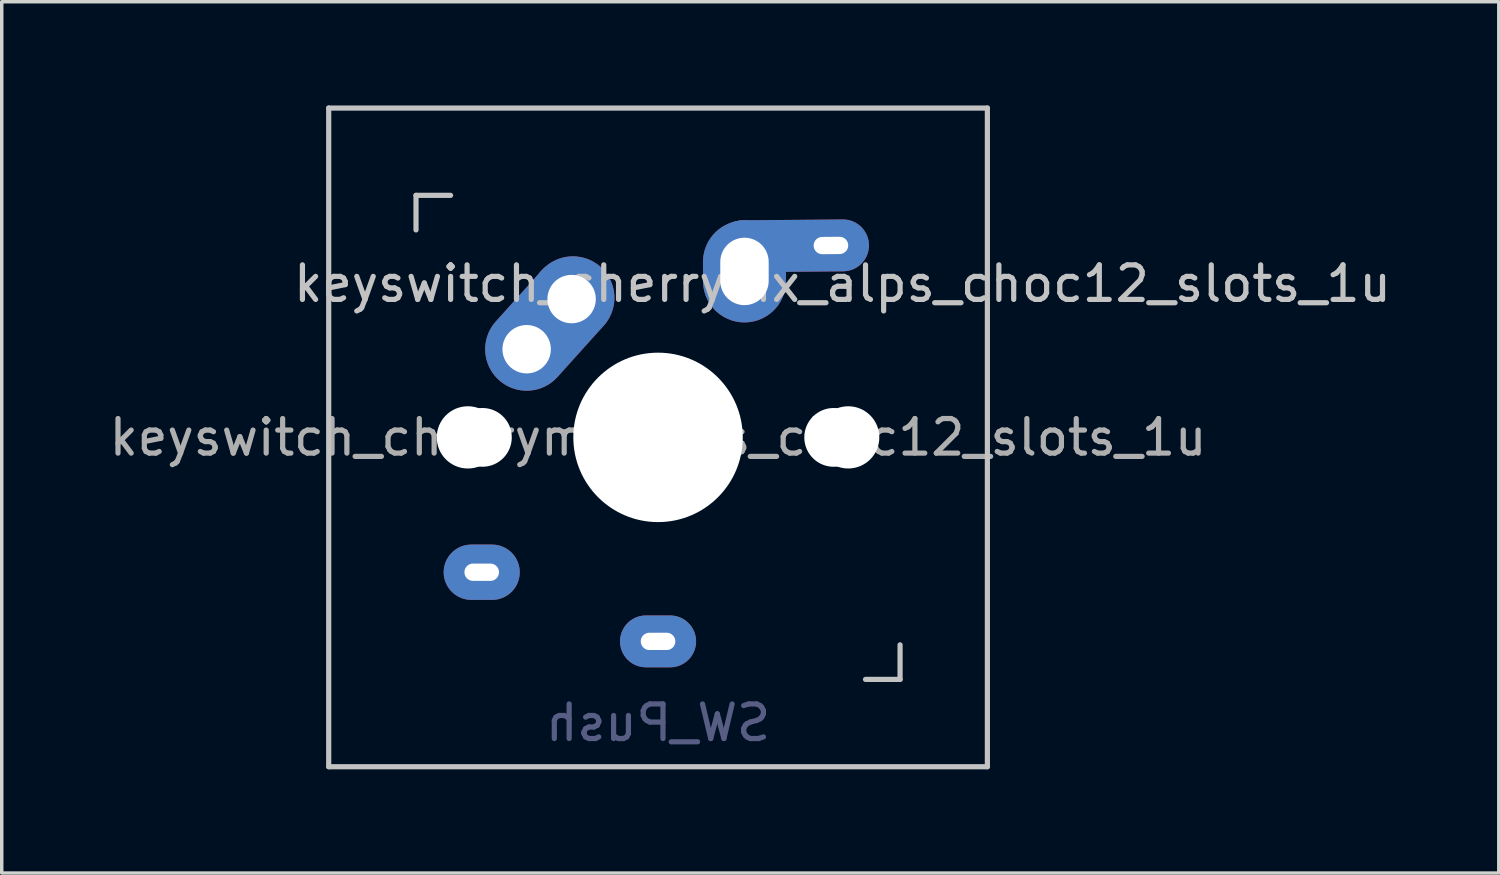
<source format=kicad_pcb>
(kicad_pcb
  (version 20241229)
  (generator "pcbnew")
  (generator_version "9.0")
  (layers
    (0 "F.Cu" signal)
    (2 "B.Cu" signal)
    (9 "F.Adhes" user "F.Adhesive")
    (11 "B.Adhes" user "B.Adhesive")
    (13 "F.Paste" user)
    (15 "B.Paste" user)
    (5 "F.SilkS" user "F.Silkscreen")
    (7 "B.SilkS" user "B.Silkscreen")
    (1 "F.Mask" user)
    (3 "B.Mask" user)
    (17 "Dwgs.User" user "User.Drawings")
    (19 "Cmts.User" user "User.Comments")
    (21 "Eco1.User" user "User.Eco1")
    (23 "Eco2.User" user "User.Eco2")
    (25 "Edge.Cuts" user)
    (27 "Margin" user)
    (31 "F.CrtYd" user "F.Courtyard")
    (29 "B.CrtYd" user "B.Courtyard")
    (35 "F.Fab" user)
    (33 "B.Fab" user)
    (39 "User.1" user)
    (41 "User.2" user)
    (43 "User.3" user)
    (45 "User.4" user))
  (footprint "keyswitch_cherrymx_alps_choc12_slots_1u"
    (layer "F.Cu")
    (at 15.982 9.6)
    (property "Reference" "keyswitch_cherrymx_alps_choc12_slots_1u" (at 5.334 -4.445 180) (layer "Dwgs.User") (effects (font (size 1 1) (thickness 0.15))))
    (property "Value" "SW_Push" (at -0.07 8.17 180) (layer "Dwgs.User") (hide yes) (effects (font (size 1 1) (thickness 0.15))))
    (attr through_hole)
    (fp_line (start -9.525 -9.525) (end 9.525 -9.525) (stroke (width 0.15) (type solid)) (layer "Dwgs.User"))
    (fp_line (start -9.525 9.525) (end -9.525 -9.525) (stroke (width 0.15) (type solid)) (layer "Dwgs.User"))
    (fp_line (start -7 -7) (end -6 -7) (stroke (width 0.15) (type solid)) (layer "Dwgs.User"))
    (fp_line (start -7 -6) (end -7 -7) (stroke (width 0.15) (type solid)) (layer "Dwgs.User"))
    (fp_line (start 6 7) (end 7 7) (stroke (width 0.15) (type solid)) (layer "Dwgs.User"))
    (fp_line (start 7 7) (end 7 6) (stroke (width 0.15) (type solid)) (layer "Dwgs.User"))
    (fp_line (start 9.525 -9.525) (end 9.525 9.525) (stroke (width 0.15) (type solid)) (layer "Dwgs.User"))
    (fp_line (start 9.525 9.525) (end -9.525 9.525) (stroke (width 0.15) (type solid)) (layer "Dwgs.User"))
    (fp_text user "${VALUE}" (at 0 8.255 0) (layer "B.Fab") (effects (font (size 1 1) (thickness 0.15)) (justify mirror)))
    (fp_text user "${REFERENCE}" (at 0 0 180) (layer "F.Fab") (effects (font (size 1 1) (thickness 0.15))))
    (pad "" np_thru_hole circle (at -5.5 0 90) (size 1.8 1.8) (drill 1.8) (layers "*.Cu"))
    (pad "" np_thru_hole circle (at -5.08 0) (size 1.7 1.7) (drill 1.7) (layers "*.Cu"))
    (pad "" np_thru_hole circle (at 0 0 90) (size 4.9 4.9) (drill 4.9) (layers "*.Cu"))
    (pad "" np_thru_hole circle (at 5.08 0) (size 1.7 1.7) (drill 1.7) (layers "*.Cu"))
    (pad "" np_thru_hole circle (at 5.5 0 90) (size 1.8 1.8) (drill 1.8) (layers "*.Cu"))
    (pad "1" thru_hole oval (at -5.1 3.9) (size 2.2 1.6) (drill oval 1 0.5) (layers "*.Cu" "B.Mask"))
    (pad "1" thru_hole oval (at -3.8 -2.55 318) (size 2.4 4.4) (drill 1.4 (offset 0 -1)) (layers "*.Cu" "B.Mask"))
    (pad "1" thru_hole circle (at -2.5 -4) (size 2.4 2.4) (drill 1.4) (layers "*.Cu" "B.Mask"))
    (pad "2" thru_hole oval (at 0 5.9) (size 2.2 1.5) (drill oval 1 0.5) (layers "*.Cu" "B.Mask"))
    (pad "2" thru_hole oval (at 2.5 -4.8) (size 2.4 2.95) (drill oval 1.4 1.95) (layers "*.Cu" "B.Mask"))
    (pad "2" thru_hole oval (at 5 -5.55 0.5) (size 4.4 1.5) (drill oval 1 0.5 (offset -1.1 0)) (layers "*.Cu" "B.Mask")))
  (gr_rect
    (start -3 -3)
    (end 40.298 22.2)
    (stroke (width 0.1) (type default))
    (fill no)
    (layer "Edge.Cuts")))
</source>
